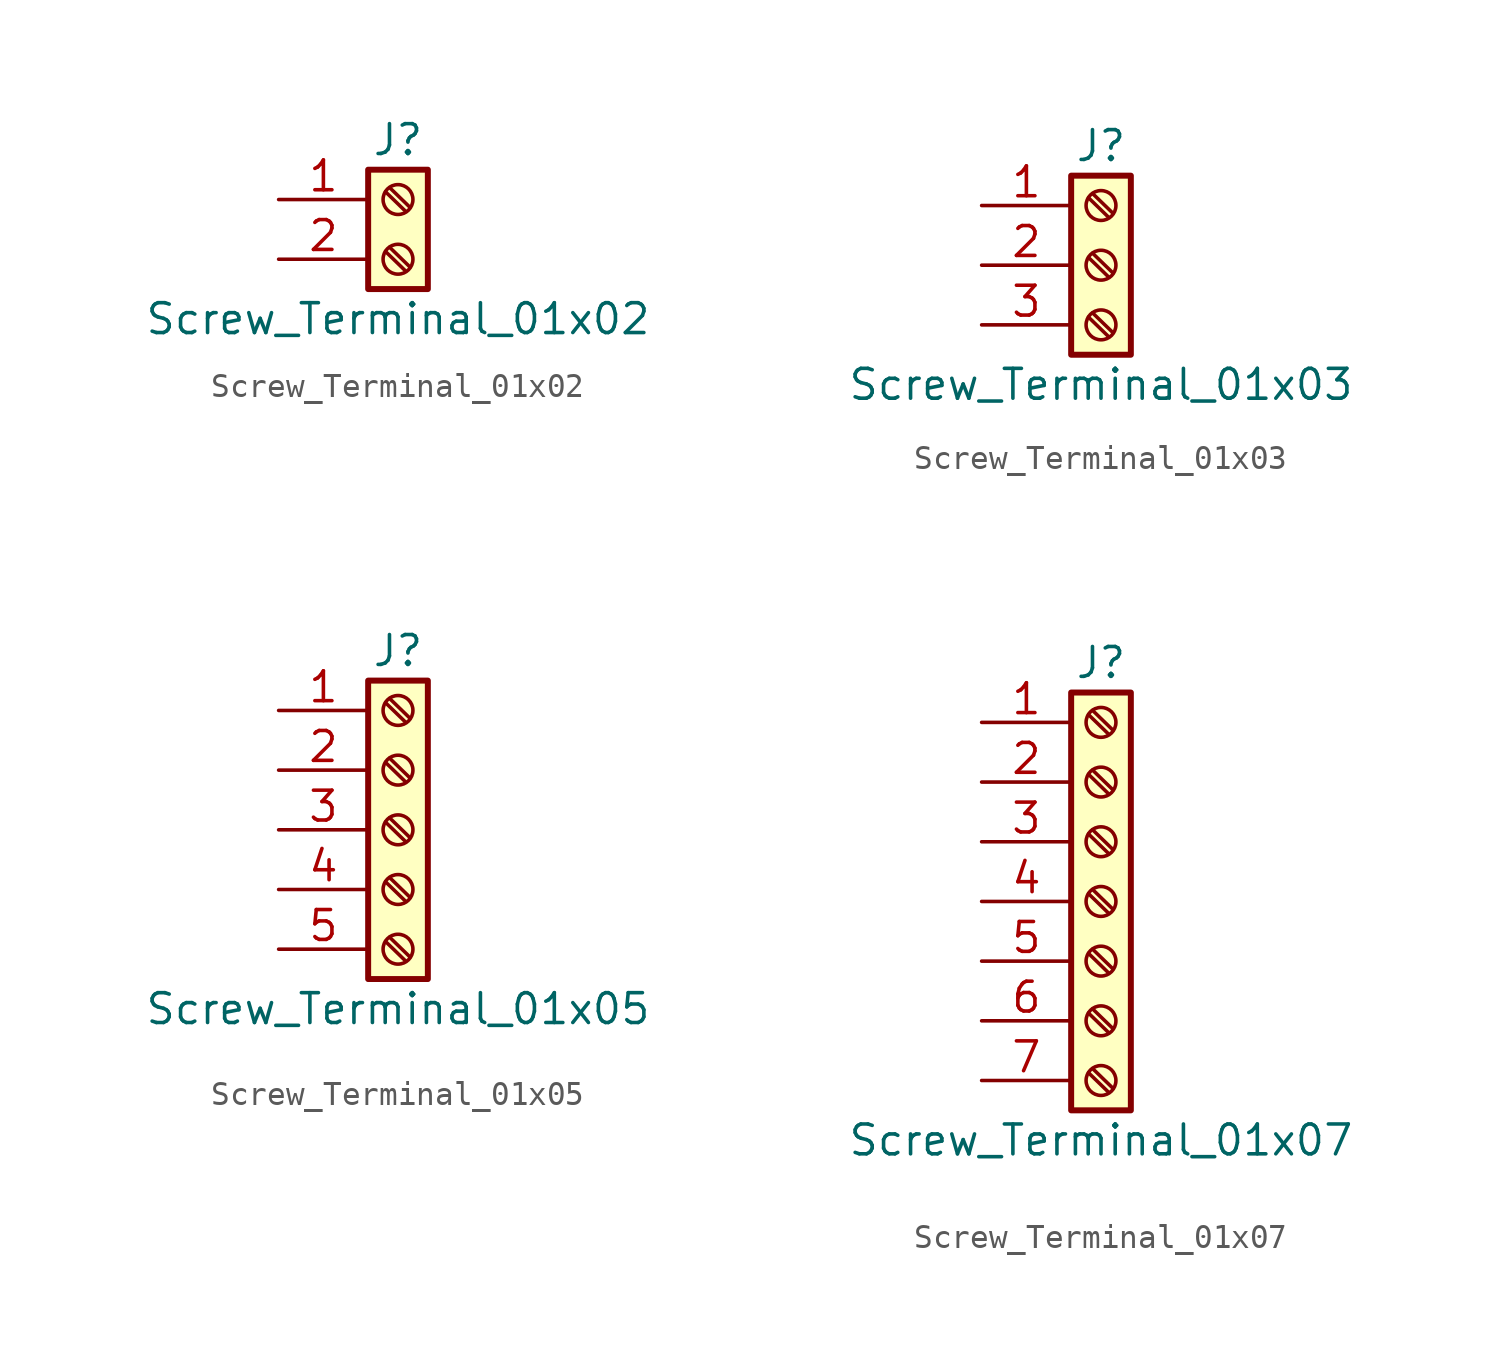
<source format=kicad_sym>
(kicad_symbol_lib
  (version 20201005)
  (generator kicad_symbol_editor)
  (symbol "Connector:Screw_Terminal_01x02"
    (pin_names
      (offset 1.016) hide)
    (property "Reference" "J"
      (at 0 2.54 0)
      (effects (font (size 1.27 1.27))))
    (property "Value" "Screw_Terminal_01x02"
      (at 0 -5.08 0)
      (effects (font (size 1.27 1.27))))
    (symbol "Screw_Terminal_01x02_1_1"
      (circle (center 0 -2.54) (radius 0.635) (stroke (width 0.152)) (fill (type none)))
      (circle (center 0 0) (radius 0.635) (stroke (width 0.152)) (fill (type none)))
      (rectangle (start -1.27 1.27) (end 1.27 -3.81) (stroke (width 0.254)) (fill (type background)))
      (polyline (pts (xy -0.533 -2.21) (xy 0.33 -3.048)) (stroke (width 0.152)) (fill (type none)))
      (polyline (pts (xy -0.533 0.33) (xy 0.33 -0.508)) (stroke (width 0.152)) (fill (type none)))
      (polyline (pts (xy -0.356 -2.032) (xy 0.508 -2.87)) (stroke (width 0.152)) (fill (type none)))
      (polyline (pts (xy -0.356 0.508) (xy 0.508 -0.33)) (stroke (width 0.152)) (fill (type none)))
      (pin passive line (at -5.08 0 0) (length 3.81) (name "Pin_1" (effects (font (size 1.27 1.27)))) (number "1" (effects (font (size 1.27 1.27)))))
      (pin passive line (at -5.08 -2.54 0) (length 3.81) (name "Pin_2" (effects (font (size 1.27 1.27)))) (number "2" (effects (font (size 1.27 1.27)))))))
  (symbol "Connector:Screw_Terminal_01x03"
    (pin_names
      (offset 1.016) hide)
    (property "Reference" "J"
      (at 0 5.08 0)
      (effects (font (size 1.27 1.27))))
    (property "Value" "Screw_Terminal_01x03"
      (at 0 -5.08 0)
      (effects (font (size 1.27 1.27))))
    (symbol "Screw_Terminal_01x03_1_1"
      (circle (center 0 -2.54) (radius 0.635) (stroke (width 0.152)) (fill (type none)))
      (circle (center 0 0) (radius 0.635) (stroke (width 0.152)) (fill (type none)))
      (circle (center 0 2.54) (radius 0.635) (stroke (width 0.152)) (fill (type none)))
      (rectangle (start -1.27 3.81) (end 1.27 -3.81) (stroke (width 0.254)) (fill (type background)))
      (polyline (pts (xy -0.533 -2.21) (xy 0.33 -3.048)) (stroke (width 0.152)) (fill (type none)))
      (polyline (pts (xy -0.533 0.33) (xy 0.33 -0.508)) (stroke (width 0.152)) (fill (type none)))
      (polyline (pts (xy -0.533 2.87) (xy 0.33 2.032)) (stroke (width 0.152)) (fill (type none)))
      (polyline (pts (xy -0.356 -2.032) (xy 0.508 -2.87)) (stroke (width 0.152)) (fill (type none)))
      (polyline (pts (xy -0.356 0.508) (xy 0.508 -0.33)) (stroke (width 0.152)) (fill (type none)))
      (polyline (pts (xy -0.356 3.048) (xy 0.508 2.21)) (stroke (width 0.152)) (fill (type none)))
      (pin passive line (at -5.08 2.54 0) (length 3.81) (name "Pin_1" (effects (font (size 1.27 1.27)))) (number "1" (effects (font (size 1.27 1.27)))))
      (pin passive line (at -5.08 0 0) (length 3.81) (name "Pin_2" (effects (font (size 1.27 1.27)))) (number "2" (effects (font (size 1.27 1.27)))))
      (pin passive line (at -5.08 -2.54 0) (length 3.81) (name "Pin_3" (effects (font (size 1.27 1.27)))) (number "3" (effects (font (size 1.27 1.27)))))))
  (symbol "Connector:Screw_Terminal_01x05"
    (pin_names
      (offset 1.016) hide)
    (property "Reference" "J"
      (at 0 7.62 0)
      (effects (font (size 1.27 1.27))))
    (property "Value" "Screw_Terminal_01x05"
      (at 0 -7.62 0)
      (effects (font (size 1.27 1.27))))
    (symbol "Screw_Terminal_01x05_1_1"
      (circle (center 0 -5.08) (radius 0.635) (stroke (width 0.152)) (fill (type none)))
      (circle (center 0 -2.54) (radius 0.635) (stroke (width 0.152)) (fill (type none)))
      (circle (center 0 0) (radius 0.635) (stroke (width 0.152)) (fill (type none)))
      (circle (center 0 2.54) (radius 0.635) (stroke (width 0.152)) (fill (type none)))
      (circle (center 0 5.08) (radius 0.635) (stroke (width 0.152)) (fill (type none)))
      (rectangle (start -1.27 6.35) (end 1.27 -6.35) (stroke (width 0.254)) (fill (type background)))
      (polyline (pts (xy -0.533 -4.75) (xy 0.33 -5.588)) (stroke (width 0.152)) (fill (type none)))
      (polyline (pts (xy -0.533 -2.21) (xy 0.33 -3.048)) (stroke (width 0.152)) (fill (type none)))
      (polyline (pts (xy -0.533 0.33) (xy 0.33 -0.508)) (stroke (width 0.152)) (fill (type none)))
      (polyline (pts (xy -0.533 2.87) (xy 0.33 2.032)) (stroke (width 0.152)) (fill (type none)))
      (polyline (pts (xy -0.533 5.41) (xy 0.33 4.572)) (stroke (width 0.152)) (fill (type none)))
      (polyline (pts (xy -0.356 -4.572) (xy 0.508 -5.41)) (stroke (width 0.152)) (fill (type none)))
      (polyline (pts (xy -0.356 -2.032) (xy 0.508 -2.87)) (stroke (width 0.152)) (fill (type none)))
      (polyline (pts (xy -0.356 0.508) (xy 0.508 -0.33)) (stroke (width 0.152)) (fill (type none)))
      (polyline (pts (xy -0.356 3.048) (xy 0.508 2.21)) (stroke (width 0.152)) (fill (type none)))
      (polyline (pts (xy -0.356 5.588) (xy 0.508 4.75)) (stroke (width 0.152)) (fill (type none)))
      (pin passive line (at -5.08 5.08 0) (length 3.81) (name "Pin_1" (effects (font (size 1.27 1.27)))) (number "1" (effects (font (size 1.27 1.27)))))
      (pin passive line (at -5.08 2.54 0) (length 3.81) (name "Pin_2" (effects (font (size 1.27 1.27)))) (number "2" (effects (font (size 1.27 1.27)))))
      (pin passive line (at -5.08 0 0) (length 3.81) (name "Pin_3" (effects (font (size 1.27 1.27)))) (number "3" (effects (font (size 1.27 1.27)))))
      (pin passive line (at -5.08 -2.54 0) (length 3.81) (name "Pin_4" (effects (font (size 1.27 1.27)))) (number "4" (effects (font (size 1.27 1.27)))))
      (pin passive line (at -5.08 -5.08 0) (length 3.81) (name "Pin_5" (effects (font (size 1.27 1.27)))) (number "5" (effects (font (size 1.27 1.27)))))))
  (symbol "Connector:Screw_Terminal_01x07"
    (pin_names
      (offset 1.016) hide)
    (property "Reference" "J"
      (at 0 10.16 0)
      (effects (font (size 1.27 1.27))))
    (property "Value" "Screw_Terminal_01x07"
      (at 0 -10.16 0)
      (effects (font (size 1.27 1.27))))
    (symbol "Screw_Terminal_01x07_1_1"
      (circle (center 0 -7.62) (radius 0.635) (stroke (width 0.152)) (fill (type none)))
      (circle (center 0 -5.08) (radius 0.635) (stroke (width 0.152)) (fill (type none)))
      (circle (center 0 -2.54) (radius 0.635) (stroke (width 0.152)) (fill (type none)))
      (circle (center 0 0) (radius 0.635) (stroke (width 0.152)) (fill (type none)))
      (circle (center 0 2.54) (radius 0.635) (stroke (width 0.152)) (fill (type none)))
      (circle (center 0 5.08) (radius 0.635) (stroke (width 0.152)) (fill (type none)))
      (circle (center 0 7.62) (radius 0.635) (stroke (width 0.152)) (fill (type none)))
      (rectangle (start -1.27 8.89) (end 1.27 -8.89) (stroke (width 0.254)) (fill (type background)))
      (polyline (pts (xy -0.533 -7.29) (xy 0.33 -8.128)) (stroke (width 0.152)) (fill (type none)))
      (polyline (pts (xy -0.533 -4.75) (xy 0.33 -5.588)) (stroke (width 0.152)) (fill (type none)))
      (polyline (pts (xy -0.533 -2.21) (xy 0.33 -3.048)) (stroke (width 0.152)) (fill (type none)))
      (polyline (pts (xy -0.533 0.33) (xy 0.33 -0.508)) (stroke (width 0.152)) (fill (type none)))
      (polyline (pts (xy -0.533 2.87) (xy 0.33 2.032)) (stroke (width 0.152)) (fill (type none)))
      (polyline (pts (xy -0.533 5.41) (xy 0.33 4.572)) (stroke (width 0.152)) (fill (type none)))
      (polyline (pts (xy -0.533 7.95) (xy 0.33 7.112)) (stroke (width 0.152)) (fill (type none)))
      (polyline (pts (xy -0.356 -7.112) (xy 0.508 -7.95)) (stroke (width 0.152)) (fill (type none)))
      (polyline (pts (xy -0.356 -4.572) (xy 0.508 -5.41)) (stroke (width 0.152)) (fill (type none)))
      (polyline (pts (xy -0.356 -2.032) (xy 0.508 -2.87)) (stroke (width 0.152)) (fill (type none)))
      (polyline (pts (xy -0.356 0.508) (xy 0.508 -0.33)) (stroke (width 0.152)) (fill (type none)))
      (polyline (pts (xy -0.356 3.048) (xy 0.508 2.21)) (stroke (width 0.152)) (fill (type none)))
      (polyline (pts (xy -0.356 5.588) (xy 0.508 4.75)) (stroke (width 0.152)) (fill (type none)))
      (polyline (pts (xy -0.356 8.128) (xy 0.508 7.29)) (stroke (width 0.152)) (fill (type none)))
      (pin passive line (at -5.08 7.62 0) (length 3.81) (name "Pin_1" (effects (font (size 1.27 1.27)))) (number "1" (effects (font (size 1.27 1.27)))))
      (pin passive line (at -5.08 5.08 0) (length 3.81) (name "Pin_2" (effects (font (size 1.27 1.27)))) (number "2" (effects (font (size 1.27 1.27)))))
      (pin passive line (at -5.08 2.54 0) (length 3.81) (name "Pin_3" (effects (font (size 1.27 1.27)))) (number "3" (effects (font (size 1.27 1.27)))))
      (pin passive line (at -5.08 0 0) (length 3.81) (name "Pin_4" (effects (font (size 1.27 1.27)))) (number "4" (effects (font (size 1.27 1.27)))))
      (pin passive line (at -5.08 -2.54 0) (length 3.81) (name "Pin_5" (effects (font (size 1.27 1.27)))) (number "5" (effects (font (size 1.27 1.27)))))
      (pin passive line (at -5.08 -5.08 0) (length 3.81) (name "Pin_6" (effects (font (size 1.27 1.27)))) (number "6" (effects (font (size 1.27 1.27)))))
      (pin passive line (at -5.08 -7.62 0) (length 3.81) (name "Pin_7" (effects (font (size 1.27 1.27)))) (number "7" (effects (font (size 1.27 1.27))))))))
</source>
